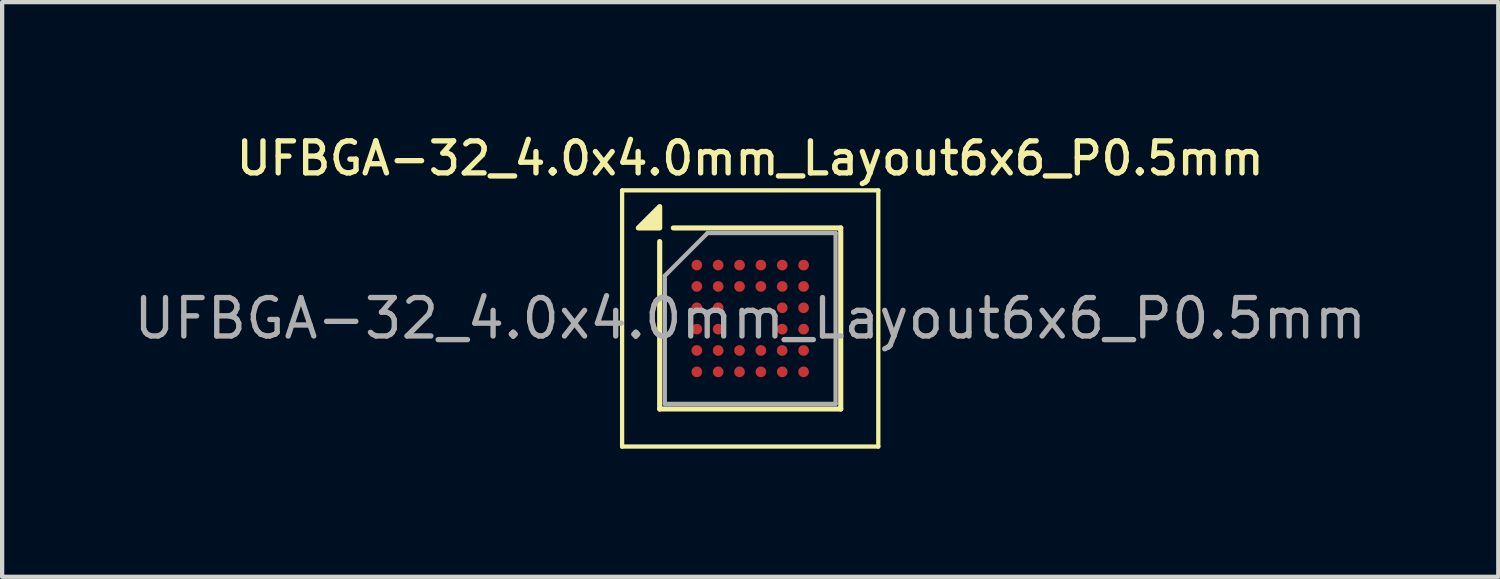
<source format=kicad_pcb>
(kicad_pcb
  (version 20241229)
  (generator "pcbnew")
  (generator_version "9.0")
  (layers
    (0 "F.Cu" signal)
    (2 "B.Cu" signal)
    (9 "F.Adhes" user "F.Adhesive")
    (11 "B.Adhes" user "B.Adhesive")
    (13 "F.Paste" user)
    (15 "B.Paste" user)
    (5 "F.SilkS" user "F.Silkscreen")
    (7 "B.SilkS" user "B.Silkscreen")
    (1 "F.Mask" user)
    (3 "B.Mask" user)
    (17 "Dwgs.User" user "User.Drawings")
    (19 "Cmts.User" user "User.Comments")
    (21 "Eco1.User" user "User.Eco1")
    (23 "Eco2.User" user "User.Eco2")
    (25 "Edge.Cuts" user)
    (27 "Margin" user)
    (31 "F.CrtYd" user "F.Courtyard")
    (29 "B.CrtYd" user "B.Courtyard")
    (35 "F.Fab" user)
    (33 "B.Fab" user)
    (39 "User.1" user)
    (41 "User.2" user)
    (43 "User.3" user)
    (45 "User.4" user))
  (footprint "UFBGA-32_4.0x4.0mm_Layout6x6_P0.5mm"
    (layer "F.Cu")
    (at 14.519 4.408)
    (property "Reference" "UFBGA-32_4.0x4.0mm_Layout6x6_P0.5mm" (at 0 -3.75 0) (layer "F.SilkS") (effects (font (size 0.75 0.75) (thickness 0.125))))
    (attr smd)
    (fp_line (start -3 -3) (end -3 3) (stroke (width 0.1) (type solid)) (layer "F.SilkS"))
    (fp_line (start -3 -3) (end 3 -3) (stroke (width 0.1) (type solid)) (layer "F.SilkS"))
    (fp_line (start -2.12 -1.8) (end -2.12 2.12) (stroke (width 0.12) (type solid)) (layer "F.SilkS"))
    (fp_line (start -2.12 2.12) (end 2.12 2.12) (stroke (width 0.12) (type solid)) (layer "F.SilkS"))
    (fp_line (start 2.12 -2.12) (end -1.8 -2.12) (stroke (width 0.12) (type solid)) (layer "F.SilkS"))
    (fp_line (start 2.12 2.12) (end 2.12 -2.12) (stroke (width 0.12) (type solid)) (layer "F.SilkS"))
    (fp_line (start 3 3) (end -3 3) (stroke (width 0.1) (type solid)) (layer "F.SilkS"))
    (fp_line (start 3 3) (end 3 -3) (stroke (width 0.1) (type solid)) (layer "F.SilkS"))
    (fp_poly (pts (xy -2.12 -2.12) (xy -2.62 -2.12) (xy -2.12 -2.62) (xy -2.12 -2.12)) (stroke (width 0.12) (type solid)) (fill yes) (layer "F.SilkS"))
    (fp_line (start -2 -1) (end -2 2) (stroke (width 0.1) (type solid)) (layer "F.Fab"))
    (fp_line (start -2 2) (end 2 2) (stroke (width 0.1) (type solid)) (layer "F.Fab"))
    (fp_line (start -1 -2) (end -2 -1) (stroke (width 0.1) (type solid)) (layer "F.Fab"))
    (fp_line (start 2 -2) (end -1 -2) (stroke (width 0.1) (type solid)) (layer "F.Fab"))
    (fp_line (start 2 2) (end 2 -2) (stroke (width 0.1) (type solid)) (layer "F.Fab"))
    (fp_text user "${REFERENCE}" (at 0 0 0) (layer "F.Fab") (effects (font (size 0.9 0.9) (thickness 0.125))))
    (pad "A1" smd circle (at -1.25 -1.25) (size 0.25 0.25) (property pad_prop_bga) (layers "F.Cu" "F.Mask" "F.Paste"))
    (pad "A2" smd circle (at -0.75 -1.25) (size 0.25 0.25) (property pad_prop_bga) (layers "F.Cu" "F.Mask" "F.Paste"))
    (pad "A3" smd circle (at -0.25 -1.25) (size 0.25 0.25) (property pad_prop_bga) (layers "F.Cu" "F.Mask" "F.Paste"))
    (pad "A4" smd circle (at 0.25 -1.25) (size 0.25 0.25) (property pad_prop_bga) (layers "F.Cu" "F.Mask" "F.Paste"))
    (pad "A5" smd circle (at 0.75 -1.25) (size 0.25 0.25) (property pad_prop_bga) (layers "F.Cu" "F.Mask" "F.Paste"))
    (pad "A6" smd circle (at 1.25 -1.25) (size 0.25 0.25) (property pad_prop_bga) (layers "F.Cu" "F.Mask" "F.Paste"))
    (pad "B1" smd circle (at -1.25 -0.75) (size 0.25 0.25) (property pad_prop_bga) (layers "F.Cu" "F.Mask" "F.Paste"))
    (pad "B2" smd circle (at -0.75 -0.75) (size 0.25 0.25) (property pad_prop_bga) (layers "F.Cu" "F.Mask" "F.Paste"))
    (pad "B3" smd circle (at -0.25 -0.75) (size 0.25 0.25) (property pad_prop_bga) (layers "F.Cu" "F.Mask" "F.Paste"))
    (pad "B4" smd circle (at 0.25 -0.75) (size 0.25 0.25) (property pad_prop_bga) (layers "F.Cu" "F.Mask" "F.Paste"))
    (pad "B5" smd circle (at 0.75 -0.75) (size 0.25 0.25) (property pad_prop_bga) (layers "F.Cu" "F.Mask" "F.Paste"))
    (pad "B6" smd circle (at 1.25 -0.75) (size 0.25 0.25) (property pad_prop_bga) (layers "F.Cu" "F.Mask" "F.Paste"))
    (pad "C1" smd circle (at -1.25 -0.25) (size 0.25 0.25) (property pad_prop_bga) (layers "F.Cu" "F.Mask" "F.Paste"))
    (pad "C2" smd circle (at -0.75 -0.25) (size 0.25 0.25) (property pad_prop_bga) (layers "F.Cu" "F.Mask" "F.Paste"))
    (pad "C5" smd circle (at 0.75 -0.25) (size 0.25 0.25) (property pad_prop_bga) (layers "F.Cu" "F.Mask" "F.Paste"))
    (pad "C6" smd circle (at 1.25 -0.25) (size 0.25 0.25) (property pad_prop_bga) (layers "F.Cu" "F.Mask" "F.Paste"))
    (pad "D1" smd circle (at -1.25 0.25) (size 0.25 0.25) (property pad_prop_bga) (layers "F.Cu" "F.Mask" "F.Paste"))
    (pad "D2" smd circle (at -0.75 0.25) (size 0.25 0.25) (property pad_prop_bga) (layers "F.Cu" "F.Mask" "F.Paste"))
    (pad "D5" smd circle (at 0.75 0.25) (size 0.25 0.25) (property pad_prop_bga) (layers "F.Cu" "F.Mask" "F.Paste"))
    (pad "D6" smd circle (at 1.25 0.25) (size 0.25 0.25) (property pad_prop_bga) (layers "F.Cu" "F.Mask" "F.Paste"))
    (pad "E1" smd circle (at -1.25 0.75) (size 0.25 0.25) (property pad_prop_bga) (layers "F.Cu" "F.Mask" "F.Paste"))
    (pad "E2" smd circle (at -0.75 0.75) (size 0.25 0.25) (property pad_prop_bga) (layers "F.Cu" "F.Mask" "F.Paste"))
    (pad "E3" smd circle (at -0.25 0.75) (size 0.25 0.25) (property pad_prop_bga) (layers "F.Cu" "F.Mask" "F.Paste"))
    (pad "E4" smd circle (at 0.25 0.75) (size 0.25 0.25) (property pad_prop_bga) (layers "F.Cu" "F.Mask" "F.Paste"))
    (pad "E5" smd circle (at 0.75 0.75) (size 0.25 0.25) (property pad_prop_bga) (layers "F.Cu" "F.Mask" "F.Paste"))
    (pad "E6" smd circle (at 1.25 0.75) (size 0.25 0.25) (property pad_prop_bga) (layers "F.Cu" "F.Mask" "F.Paste"))
    (pad "F1" smd circle (at -1.25 1.25) (size 0.25 0.25) (property pad_prop_bga) (layers "F.Cu" "F.Mask" "F.Paste"))
    (pad "F2" smd circle (at -0.75 1.25) (size 0.25 0.25) (property pad_prop_bga) (layers "F.Cu" "F.Mask" "F.Paste"))
    (pad "F3" smd circle (at -0.25 1.25) (size 0.25 0.25) (property pad_prop_bga) (layers "F.Cu" "F.Mask" "F.Paste"))
    (pad "F4" smd circle (at 0.25 1.25) (size 0.25 0.25) (property pad_prop_bga) (layers "F.Cu" "F.Mask" "F.Paste"))
    (pad "F5" smd circle (at 0.75 1.25) (size 0.25 0.25) (property pad_prop_bga) (layers "F.Cu" "F.Mask" "F.Paste"))
    (pad "F6" smd circle (at 1.25 1.25) (size 0.25 0.25) (property pad_prop_bga) (layers "F.Cu" "F.Mask" "F.Paste")))
  (gr_rect
    (start -3 -3)
    (end 32.038 10.458)
    (stroke (width 0.1) (type default))
    (fill no)
    (layer "Edge.Cuts")))
</source>
